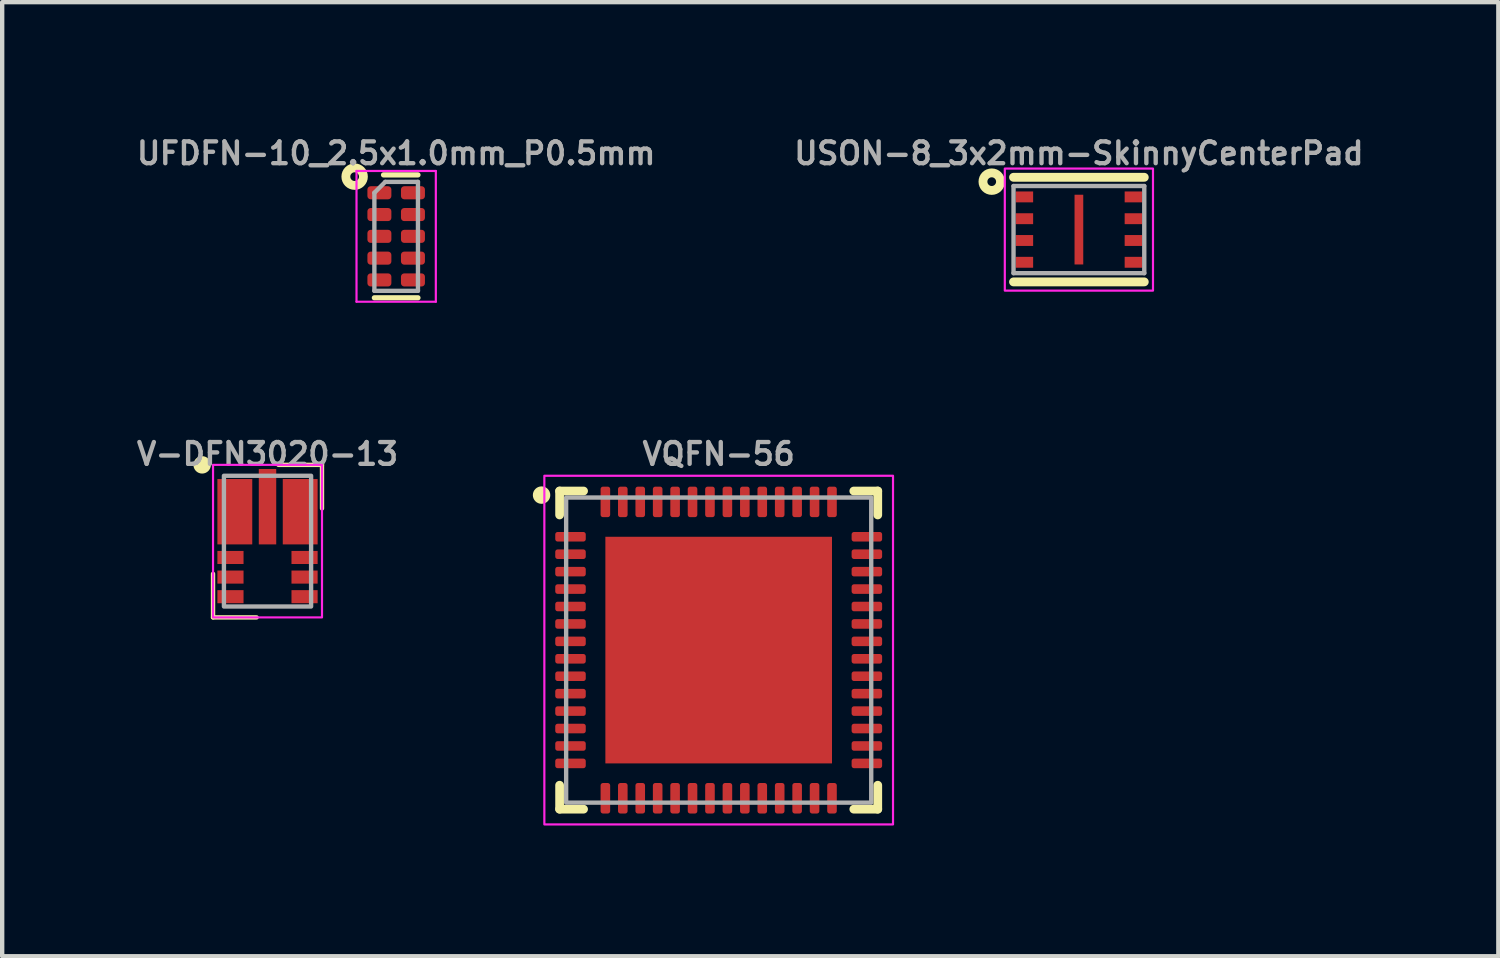
<source format=kicad_pcb>
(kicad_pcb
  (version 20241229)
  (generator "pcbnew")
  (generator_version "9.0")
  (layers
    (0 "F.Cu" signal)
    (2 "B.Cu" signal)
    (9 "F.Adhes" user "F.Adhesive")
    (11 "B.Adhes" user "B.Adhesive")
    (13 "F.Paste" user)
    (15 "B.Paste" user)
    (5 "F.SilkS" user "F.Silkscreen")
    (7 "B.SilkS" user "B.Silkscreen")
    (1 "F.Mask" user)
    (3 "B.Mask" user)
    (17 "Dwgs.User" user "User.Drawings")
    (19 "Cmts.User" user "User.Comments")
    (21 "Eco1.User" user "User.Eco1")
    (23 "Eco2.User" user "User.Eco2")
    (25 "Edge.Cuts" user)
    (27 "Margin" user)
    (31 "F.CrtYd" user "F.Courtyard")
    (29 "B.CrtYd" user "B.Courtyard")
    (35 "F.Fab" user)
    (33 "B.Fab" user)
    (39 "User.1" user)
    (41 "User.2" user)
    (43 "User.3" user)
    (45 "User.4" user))
  (footprint "VQFN-56"
    (layer "F.Cu")
    (at 13.44 11.866)
    (property "Reference" "VQFN-56" (at 0 -4.5 0) (layer "F.Fab") (effects (font (size 0.5 0.5) (thickness 0.1))))
    (attr smd)
    (fp_line (start -3.65 -3.1) (end -3.65 -3.65) (stroke (width 0.2) (type solid)) (layer "F.SilkS"))
    (fp_line (start -3.65 3.65) (end -3.65 3.1) (stroke (width 0.2) (type solid)) (layer "F.SilkS"))
    (fp_line (start -3.1 -3.65) (end -3.65 -3.65) (stroke (width 0.2) (type solid)) (layer "F.SilkS"))
    (fp_line (start -3.1 3.65) (end -3.65 3.65) (stroke (width 0.2) (type solid)) (layer "F.SilkS"))
    (fp_line (start 3.65 -3.65) (end 3.1 -3.65) (stroke (width 0.2) (type solid)) (layer "F.SilkS"))
    (fp_line (start 3.65 -3.1) (end 3.65 -3.65) (stroke (width 0.2) (type solid)) (layer "F.SilkS"))
    (fp_line (start 3.65 3.65) (end 3.1 3.65) (stroke (width 0.2) (type solid)) (layer "F.SilkS"))
    (fp_line (start 3.65 3.65) (end 3.65 3.1) (stroke (width 0.2) (type solid)) (layer "F.SilkS"))
    (fp_circle (center -4.064 -3.556) (end -4.164 -3.556) (stroke (width 0.2) (type solid)) (fill yes) (layer "F.SilkS"))
    (fp_line (start 0 0.5) (end 0 -0.5) (stroke (width 0.1) (type solid)) (layer "Eco1.User"))
    (fp_line (start 0.5 0.00003) (end -0.5 0.00003) (stroke (width 0.1) (type solid)) (layer "Eco1.User"))
    (fp_rect (start -4 -4) (end 4 4) (stroke (width 0.05) (type default)) (fill no) (layer "F.CrtYd"))
    (fp_rect (start -3.5 -3.5) (end 3.5 3.5) (stroke (width 0.1) (type default)) (fill no) (layer "F.Fab"))
    (pad "" smd roundrect (at -1.25 -1.25) (size 2.08 2.08) (layers "F.Paste") (roundrect_rratio 0.12))
    (pad "" smd roundrect (at -1.25 1.25) (size 2.08 2.08) (layers "F.Paste") (roundrect_rratio 0.12))
    (pad "" smd roundrect (at 1.25 -1.25) (size 2.08 2.08) (layers "F.Paste") (roundrect_rratio 0.12))
    (pad "" smd roundrect (at 1.25 1.25) (size 2.08 2.08) (layers "F.Paste") (roundrect_rratio 0.12))
    (pad "1" smd roundrect (at -3.4 -2.6) (size 0.7 0.22) (layers "F.Cu" "F.Mask" "F.Paste") (roundrect_rratio 0.25))
    (pad "2" smd roundrect (at -3.4 -2.2) (size 0.7 0.22) (layers "F.Cu" "F.Mask" "F.Paste") (roundrect_rratio 0.25))
    (pad "3" smd roundrect (at -3.4 -1.8) (size 0.7 0.22) (layers "F.Cu" "F.Mask" "F.Paste") (roundrect_rratio 0.25))
    (pad "4" smd roundrect (at -3.4 -1.4) (size 0.7 0.22) (layers "F.Cu" "F.Mask" "F.Paste") (roundrect_rratio 0.25))
    (pad "5" smd roundrect (at -3.4 -1) (size 0.7 0.22) (layers "F.Cu" "F.Mask" "F.Paste") (roundrect_rratio 0.25))
    (pad "6" smd roundrect (at -3.4 -0.6) (size 0.7 0.22) (layers "F.Cu" "F.Mask" "F.Paste") (roundrect_rratio 0.25))
    (pad "7" smd roundrect (at -3.4 -0.2) (size 0.7 0.22) (layers "F.Cu" "F.Mask" "F.Paste") (roundrect_rratio 0.25))
    (pad "8" smd roundrect (at -3.4 0.2) (size 0.7 0.22) (layers "F.Cu" "F.Mask" "F.Paste") (roundrect_rratio 0.25))
    (pad "9" smd roundrect (at -3.4 0.6) (size 0.7 0.22) (layers "F.Cu" "F.Mask" "F.Paste") (roundrect_rratio 0.25))
    (pad "10" smd roundrect (at -3.4 1) (size 0.7 0.22) (layers "F.Cu" "F.Mask" "F.Paste") (roundrect_rratio 0.25))
    (pad "11" smd roundrect (at -3.4 1.4) (size 0.7 0.22) (layers "F.Cu" "F.Mask" "F.Paste") (roundrect_rratio 0.25))
    (pad "12" smd roundrect (at -3.4 1.8) (size 0.7 0.22) (layers "F.Cu" "F.Mask" "F.Paste") (roundrect_rratio 0.25))
    (pad "13" smd roundrect (at -3.4 2.2) (size 0.7 0.22) (layers "F.Cu" "F.Mask" "F.Paste") (roundrect_rratio 0.25))
    (pad "14" smd roundrect (at -3.4 2.6) (size 0.7 0.22) (layers "F.Cu" "F.Mask" "F.Paste") (roundrect_rratio 0.25))
    (pad "15" smd roundrect (at -2.6 3.4 270) (size 0.7 0.22) (layers "F.Cu" "F.Mask" "F.Paste") (roundrect_rratio 0.25))
    (pad "16" smd roundrect (at -2.2 3.4 270) (size 0.7 0.22) (layers "F.Cu" "F.Mask" "F.Paste") (roundrect_rratio 0.25))
    (pad "17" smd roundrect (at -1.8 3.4 270) (size 0.7 0.22) (layers "F.Cu" "F.Mask" "F.Paste") (roundrect_rratio 0.25))
    (pad "18" smd roundrect (at -1.4 3.4 270) (size 0.7 0.22) (layers "F.Cu" "F.Mask" "F.Paste") (roundrect_rratio 0.25))
    (pad "19" smd roundrect (at -1 3.4 270) (size 0.7 0.22) (layers "F.Cu" "F.Mask" "F.Paste") (roundrect_rratio 0.25))
    (pad "20" smd roundrect (at -0.6 3.4 270) (size 0.7 0.22) (layers "F.Cu" "F.Mask" "F.Paste") (roundrect_rratio 0.25))
    (pad "21" smd roundrect (at -0.2 3.4 270) (size 0.7 0.22) (layers "F.Cu" "F.Mask" "F.Paste") (roundrect_rratio 0.25))
    (pad "22" smd roundrect (at 0.2 3.4 270) (size 0.7 0.22) (layers "F.Cu" "F.Mask" "F.Paste") (roundrect_rratio 0.25))
    (pad "23" smd roundrect (at 0.6 3.4 270) (size 0.7 0.22) (layers "F.Cu" "F.Mask" "F.Paste") (roundrect_rratio 0.25))
    (pad "24" smd roundrect (at 1 3.4 270) (size 0.7 0.22) (layers "F.Cu" "F.Mask" "F.Paste") (roundrect_rratio 0.25))
    (pad "25" smd roundrect (at 1.4 3.4 270) (size 0.7 0.22) (layers "F.Cu" "F.Mask" "F.Paste") (roundrect_rratio 0.25))
    (pad "26" smd roundrect (at 1.8 3.4 270) (size 0.7 0.22) (layers "F.Cu" "F.Mask" "F.Paste") (roundrect_rratio 0.25))
    (pad "27" smd roundrect (at 2.2 3.4 270) (size 0.7 0.22) (layers "F.Cu" "F.Mask" "F.Paste") (roundrect_rratio 0.25))
    (pad "28" smd roundrect (at 2.6 3.4 270) (size 0.7 0.22) (layers "F.Cu" "F.Mask" "F.Paste") (roundrect_rratio 0.25))
    (pad "29" smd roundrect (at 3.4 2.6 180) (size 0.7 0.22) (layers "F.Cu" "F.Mask" "F.Paste") (roundrect_rratio 0.25))
    (pad "30" smd roundrect (at 3.4 2.2 180) (size 0.7 0.22) (layers "F.Cu" "F.Mask" "F.Paste") (roundrect_rratio 0.25))
    (pad "31" smd roundrect (at 3.4 1.8 180) (size 0.7 0.22) (layers "F.Cu" "F.Mask" "F.Paste") (roundrect_rratio 0.25))
    (pad "32" smd roundrect (at 3.4 1.4 180) (size 0.7 0.22) (layers "F.Cu" "F.Mask" "F.Paste") (roundrect_rratio 0.25))
    (pad "33" smd roundrect (at 3.4 1 180) (size 0.7 0.22) (layers "F.Cu" "F.Mask" "F.Paste") (roundrect_rratio 0.25))
    (pad "34" smd roundrect (at 3.4 0.6 180) (size 0.7 0.22) (layers "F.Cu" "F.Mask" "F.Paste") (roundrect_rratio 0.25))
    (pad "35" smd roundrect (at 3.4 0.2 180) (size 0.7 0.22) (layers "F.Cu" "F.Mask" "F.Paste") (roundrect_rratio 0.25))
    (pad "36" smd roundrect (at 3.4 -0.2 180) (size 0.7 0.22) (layers "F.Cu" "F.Mask" "F.Paste") (roundrect_rratio 0.25))
    (pad "37" smd roundrect (at 3.4 -0.6 180) (size 0.7 0.22) (layers "F.Cu" "F.Mask" "F.Paste") (roundrect_rratio 0.25))
    (pad "38" smd roundrect (at 3.4 -1 180) (size 0.7 0.22) (layers "F.Cu" "F.Mask" "F.Paste") (roundrect_rratio 0.25))
    (pad "39" smd roundrect (at 3.4 -1.4 180) (size 0.7 0.22) (layers "F.Cu" "F.Mask" "F.Paste") (roundrect_rratio 0.25))
    (pad "40" smd roundrect (at 3.4 -1.8 180) (size 0.7 0.22) (layers "F.Cu" "F.Mask" "F.Paste") (roundrect_rratio 0.25))
    (pad "41" smd roundrect (at 3.4 -2.2 180) (size 0.7 0.22) (layers "F.Cu" "F.Mask" "F.Paste") (roundrect_rratio 0.25))
    (pad "42" smd roundrect (at 3.4 -2.6 180) (size 0.7 0.22) (layers "F.Cu" "F.Mask" "F.Paste") (roundrect_rratio 0.25))
    (pad "43" smd roundrect (at 2.6 -3.4 90) (size 0.7 0.22) (layers "F.Cu" "F.Mask" "F.Paste") (roundrect_rratio 0.25))
    (pad "44" smd roundrect (at 2.2 -3.4 90) (size 0.7 0.22) (layers "F.Cu" "F.Mask" "F.Paste") (roundrect_rratio 0.25))
    (pad "45" smd roundrect (at 1.8 -3.4 90) (size 0.7 0.22) (layers "F.Cu" "F.Mask" "F.Paste") (roundrect_rratio 0.25))
    (pad "46" smd roundrect (at 1.4 -3.4 90) (size 0.7 0.22) (layers "F.Cu" "F.Mask" "F.Paste") (roundrect_rratio 0.25))
    (pad "47" smd roundrect (at 1 -3.4 90) (size 0.7 0.22) (layers "F.Cu" "F.Mask" "F.Paste") (roundrect_rratio 0.25))
    (pad "48" smd roundrect (at 0.6 -3.4 90) (size 0.7 0.22) (layers "F.Cu" "F.Mask" "F.Paste") (roundrect_rratio 0.25))
    (pad "49" smd rect (at 0 0.00003) (size 5.2 5.2) (layers "F.Cu" "F.Mask"))
    (pad "49" smd roundrect (at 0.2 -3.4 90) (size 0.7 0.22) (layers "F.Cu" "F.Mask" "F.Paste") (roundrect_rratio 0.25))
    (pad "50" smd roundrect (at -0.2 -3.4 90) (size 0.7 0.22) (layers "F.Cu" "F.Mask" "F.Paste") (roundrect_rratio 0.25))
    (pad "51" smd roundrect (at -0.6 -3.4 90) (size 0.7 0.22) (layers "F.Cu" "F.Mask" "F.Paste") (roundrect_rratio 0.25))
    (pad "52" smd roundrect (at -1 -3.4 90) (size 0.7 0.22) (layers "F.Cu" "F.Mask" "F.Paste") (roundrect_rratio 0.25))
    (pad "53" smd roundrect (at -1.4 -3.4 90) (size 0.7 0.22) (layers "F.Cu" "F.Mask" "F.Paste") (roundrect_rratio 0.25))
    (pad "54" smd roundrect (at -1.8 -3.4 90) (size 0.7 0.22) (layers "F.Cu" "F.Mask" "F.Paste") (roundrect_rratio 0.25))
    (pad "55" smd roundrect (at -2.2 -3.4 90) (size 0.7 0.22) (layers "F.Cu" "F.Mask" "F.Paste") (roundrect_rratio 0.25))
    (pad "56" smd roundrect (at -2.6 -3.4 90) (size 0.7 0.22) (layers "F.Cu" "F.Mask" "F.Paste") (roundrect_rratio 0.25)))
  (footprint "USON-8_3x2mm-SkinnyCenterPad"
    (layer "F.Cu")
    (at 21.705 2.218)
    (property "Reference" "USON-8_3x2mm-SkinnyCenterPad" (at 0 -1.75 0) (layer "F.Fab") (effects (font (size 0.5 0.5) (thickness 0.1))))
    (fp_line (start -1.5 1.2) (end 1.5 1.2) (stroke (width 0.203) (type solid)) (layer "F.SilkS"))
    (fp_line (start 1.5 -1.2) (end -1.5 -1.2) (stroke (width 0.203) (type solid)) (layer "F.SilkS"))
    (fp_circle (center -2 -1.1) (end -1.9 -1.1) (stroke (width 0.203) (type solid)) (fill no) (layer "F.SilkS"))
    (fp_poly (pts (xy -1.4 -0.65) (xy -1.1 -0.65) (xy -1.1 -0.85) (xy -1.4 -0.85)) (stroke (width 0) (type default)) (fill yes) (layer "F.Paste"))
    (fp_poly (pts (xy -1.4 -0.15) (xy -1.1 -0.15) (xy -1.1 -0.35) (xy -1.4 -0.35)) (stroke (width 0) (type default)) (fill yes) (layer "F.Paste"))
    (fp_poly (pts (xy -1.4 0.35) (xy -1.1 0.35) (xy -1.1 0.15) (xy -1.4 0.15)) (stroke (width 0) (type default)) (fill yes) (layer "F.Paste"))
    (fp_poly (pts (xy -1.4 0.85) (xy -1.1 0.85) (xy -1.1 0.65) (xy -1.4 0.65)) (stroke (width 0) (type default)) (fill yes) (layer "F.Paste"))
    (fp_poly (pts (xy -0.1 0.6) (xy 0.1 0.6) (xy 0.1 -0.6) (xy -0.1 -0.6)) (stroke (width 0) (type default)) (fill yes) (layer "F.Paste"))
    (fp_poly (pts (xy 1.1 -0.65) (xy 1.4 -0.65) (xy 1.4 -0.85) (xy 1.1 -0.85)) (stroke (width 0) (type default)) (fill yes) (layer "F.Paste"))
    (fp_poly (pts (xy 1.1 -0.15) (xy 1.4 -0.15) (xy 1.4 -0.35) (xy 1.1 -0.35)) (stroke (width 0) (type default)) (fill yes) (layer "F.Paste"))
    (fp_poly (pts (xy 1.1 0.35) (xy 1.4 0.35) (xy 1.4 0.15) (xy 1.1 0.15)) (stroke (width 0) (type default)) (fill yes) (layer "F.Paste"))
    (fp_poly (pts (xy 1.1 0.85) (xy 1.4 0.85) (xy 1.4 0.65) (xy 1.1 0.65)) (stroke (width 0) (type default)) (fill yes) (layer "F.Paste"))
    (fp_rect (start -1.7 -1.4) (end 1.7 1.4) (stroke (width 0.05) (type default)) (fill no) (layer "F.CrtYd"))
    (fp_line (start -1.5 -1) (end -1.5 1) (stroke (width 0.1) (type solid)) (layer "F.Fab"))
    (fp_line (start -1.5 1) (end 1.5 1) (stroke (width 0.1) (type solid)) (layer "F.Fab"))
    (fp_line (start 1.5 -1) (end -1.5 -1) (stroke (width 0.1) (type solid)) (layer "F.Fab"))
    (fp_line (start 1.5 1) (end 1.5 -1) (stroke (width 0.1) (type solid)) (layer "F.Fab"))
    (pad "1" smd rect (at -1.25 -0.75) (size 0.4 0.25) (layers "F.Cu" "F.Mask"))
    (pad "2" smd rect (at -1.25 -0.25) (size 0.4 0.25) (layers "F.Cu" "F.Mask"))
    (pad "3" smd rect (at -1.25 0.25) (size 0.4 0.25) (layers "F.Cu" "F.Mask"))
    (pad "4" smd rect (at -1.25 0.75) (size 0.4 0.25) (layers "F.Cu" "F.Mask"))
    (pad "5" smd rect (at 1.25 0.75) (size 0.4 0.25) (layers "F.Cu" "F.Mask"))
    (pad "6" smd rect (at 1.25 0.25) (size 0.4 0.25) (layers "F.Cu" "F.Mask"))
    (pad "7" smd rect (at 1.25 -0.25) (size 0.4 0.25) (layers "F.Cu" "F.Mask"))
    (pad "8" smd rect (at 1.25 -0.75) (size 0.4 0.25) (layers "F.Cu" "F.Mask"))
    (pad "9" smd rect (at 0 0) (size 0.2 1.6) (layers "F.Cu" "F.Mask")))
  (footprint "V-DFN3020-13"
    (layer "F.Cu")
    (at 3.088 9.366)
    (property "Reference" "V-DFN3020-13" (at 0 -2 0) (layer "F.Fab") (effects (font (size 0.5 0.5) (thickness 0.1))))
    (fp_line (start -1.25 1.75) (end -1.25 0.75) (stroke (width 0.1) (type default)) (layer "F.SilkS"))
    (fp_line (start -1.25 1.75) (end -0.25 1.75) (stroke (width 0.1) (type default)) (layer "F.SilkS"))
    (fp_line (start 1.25 -1.75) (end 0.25 -1.75) (stroke (width 0.1) (type default)) (layer "F.SilkS"))
    (fp_line (start 1.25 -1.75) (end 1.25 -0.75) (stroke (width 0.1) (type default)) (layer "F.SilkS"))
    (fp_circle (center -1.5 -1.75) (end -1.4 -1.75) (stroke (width 0.2) (type solid)) (fill no) (layer "F.SilkS"))
    (fp_rect (start -1.08 0.26) (end -0.63 0.49) (stroke (width 0) (type solid)) (fill yes) (layer "F.Paste"))
    (fp_rect (start -1.08 0.71) (end -0.63 0.94) (stroke (width 0) (type solid)) (fill yes) (layer "F.Paste"))
    (fp_rect (start -1.08 1.16) (end -0.63 1.39) (stroke (width 0) (type solid)) (fill yes) (layer "F.Paste"))
    (fp_rect (start -1.05 -1.24) (end -0.45 -0.11) (stroke (width 0) (type solid)) (fill yes) (layer "F.Paste"))
    (fp_rect (start -0.15 -1.48) (end 0.15 -0.18) (stroke (width 0) (type solid)) (fill yes) (layer "F.Paste"))
    (fp_rect (start 0.45 -1.24) (end 1.05 -0.11) (stroke (width 0) (type solid)) (fill yes) (layer "F.Paste"))
    (fp_rect (start 0.63 0.26) (end 1.08 0.49) (stroke (width 0) (type solid)) (fill yes) (layer "F.Paste"))
    (fp_rect (start 0.63 0.71) (end 1.08 0.94) (stroke (width 0) (type solid)) (fill yes) (layer "F.Paste"))
    (fp_rect (start 0.63 1.16) (end 1.08 1.39) (stroke (width 0) (type solid)) (fill yes) (layer "F.Paste"))
    (fp_rect (start -1.25 -1.75) (end 1.25 1.75) (stroke (width 0.05) (type default)) (fill no) (layer "F.CrtYd"))
    (fp_rect (start -1 -1.5) (end 1 1.5) (stroke (width 0.1) (type default)) (fill no) (layer "F.Fab"))
    (pad "1" smd rect (at -0.75 -0.675) (size 0.8 1.5) (layers "F.Cu" "F.Mask"))
    (pad "2" smd rect (at -0.85 0.375) (size 0.6 0.3) (layers "F.Cu" "F.Mask"))
    (pad "3" smd rect (at -0.85 0.825) (size 0.6 0.3) (layers "F.Cu" "F.Mask"))
    (pad "4" smd rect (at -0.85 1.275) (size 0.6 0.3) (layers "F.Cu" "F.Mask"))
    (pad "5" smd rect (at 0.85 1.275) (size 0.6 0.3) (layers "F.Cu" "F.Mask"))
    (pad "6" smd rect (at 0.85 0.825) (size 0.6 0.3) (layers "F.Cu" "F.Mask"))
    (pad "7" smd rect (at 0.85 0.375) (size 0.6 0.3) (layers "F.Cu" "F.Mask"))
    (pad "8" smd rect (at 0.75 -0.675) (size 0.8 1.5) (layers "F.Cu" "F.Mask"))
    (pad "9" smd rect (at 0 -0.79) (size 0.4 1.73) (layers "F.Cu" "F.Mask")))
  (footprint "UFDFN-10_2.5x1.0mm_P0.5mm"
    (layer "F.Cu")
    (at 6.04 2.373)
    (property "Reference" "UFDFN-10_2.5x1.0mm_P0.5mm" (at 0 -1.905 0) (layer "F.Fab") (effects (font (size 0.5 0.5) (thickness 0.1))))
    (attr smd)
    (fp_line (start 0.5 -1.41) (end -0.29 -1.41) (stroke (width 0.12) (type solid)) (layer "F.SilkS"))
    (fp_line (start 0.5 1.41) (end -0.5 1.41) (stroke (width 0.12) (type solid)) (layer "F.SilkS"))
    (fp_circle (center -0.953 -1.37) (end -0.853 -1.37) (stroke (width 0.203) (type solid)) (fill no) (layer "F.SilkS"))
    (fp_line (start -0.91 -1.5) (end 0.91 -1.5) (stroke (width 0.05) (type solid)) (layer "F.CrtYd"))
    (fp_line (start -0.91 1.5) (end -0.91 -1.5) (stroke (width 0.05) (type solid)) (layer "F.CrtYd"))
    (fp_line (start 0.91 -1.5) (end 0.91 1.5) (stroke (width 0.05) (type solid)) (layer "F.CrtYd"))
    (fp_line (start 0.91 1.5) (end -0.91 1.5) (stroke (width 0.05) (type solid)) (layer "F.CrtYd"))
    (fp_line (start -0.5 -1) (end -0.5 1.25) (stroke (width 0.1) (type solid)) (layer "F.Fab"))
    (fp_line (start -0.5 1.25) (end 0.5 1.25) (stroke (width 0.1) (type solid)) (layer "F.Fab"))
    (fp_line (start -0.25 -1.25) (end -0.5 -1) (stroke (width 0.1) (type solid)) (layer "F.Fab"))
    (fp_line (start 0.5 -1.25) (end -0.25 -1.25) (stroke (width 0.1) (type solid)) (layer "F.Fab"))
    (fp_line (start 0.5 -1.25) (end 0.5 1.25) (stroke (width 0.1) (type solid)) (layer "F.Fab"))
    (pad "1" smd roundrect (at -0.385 -1 270) (size 0.3 0.55) (layers "F.Cu" "F.Mask" "F.Paste") (roundrect_rratio 0.25))
    (pad "2" smd roundrect (at -0.385 -0.5 270) (size 0.3 0.55) (layers "F.Cu" "F.Mask" "F.Paste") (roundrect_rratio 0.25))
    (pad "3" smd roundrect (at -0.385 0 270) (size 0.3 0.55) (layers "F.Cu" "F.Mask" "F.Paste") (roundrect_rratio 0.25))
    (pad "4" smd roundrect (at -0.385 0.5 270) (size 0.3 0.55) (layers "F.Cu" "F.Mask" "F.Paste") (roundrect_rratio 0.25))
    (pad "5" smd roundrect (at -0.385 1 270) (size 0.3 0.55) (layers "F.Cu" "F.Mask" "F.Paste") (roundrect_rratio 0.25))
    (pad "6" smd roundrect (at 0.385 1 270) (size 0.3 0.55) (layers "F.Cu" "F.Mask" "F.Paste") (roundrect_rratio 0.25))
    (pad "7" smd roundrect (at 0.385 0.5 270) (size 0.3 0.55) (layers "F.Cu" "F.Mask" "F.Paste") (roundrect_rratio 0.25))
    (pad "8" smd roundrect (at 0.385 0 270) (size 0.3 0.55) (layers "F.Cu" "F.Mask" "F.Paste") (roundrect_rratio 0.25))
    (pad "9" smd roundrect (at 0.385 -0.5 270) (size 0.3 0.55) (layers "F.Cu" "F.Mask" "F.Paste") (roundrect_rratio 0.25))
    (pad "10" smd roundrect (at 0.385 -1 270) (size 0.3 0.55) (layers "F.Cu" "F.Mask" "F.Paste") (roundrect_rratio 0.25)))
  (gr_rect
    (start -3 -3)
    (end 31.329 18.891)
    (stroke (width 0.1) (type default))
    (fill no)
    (layer "Edge.Cuts")))
</source>
